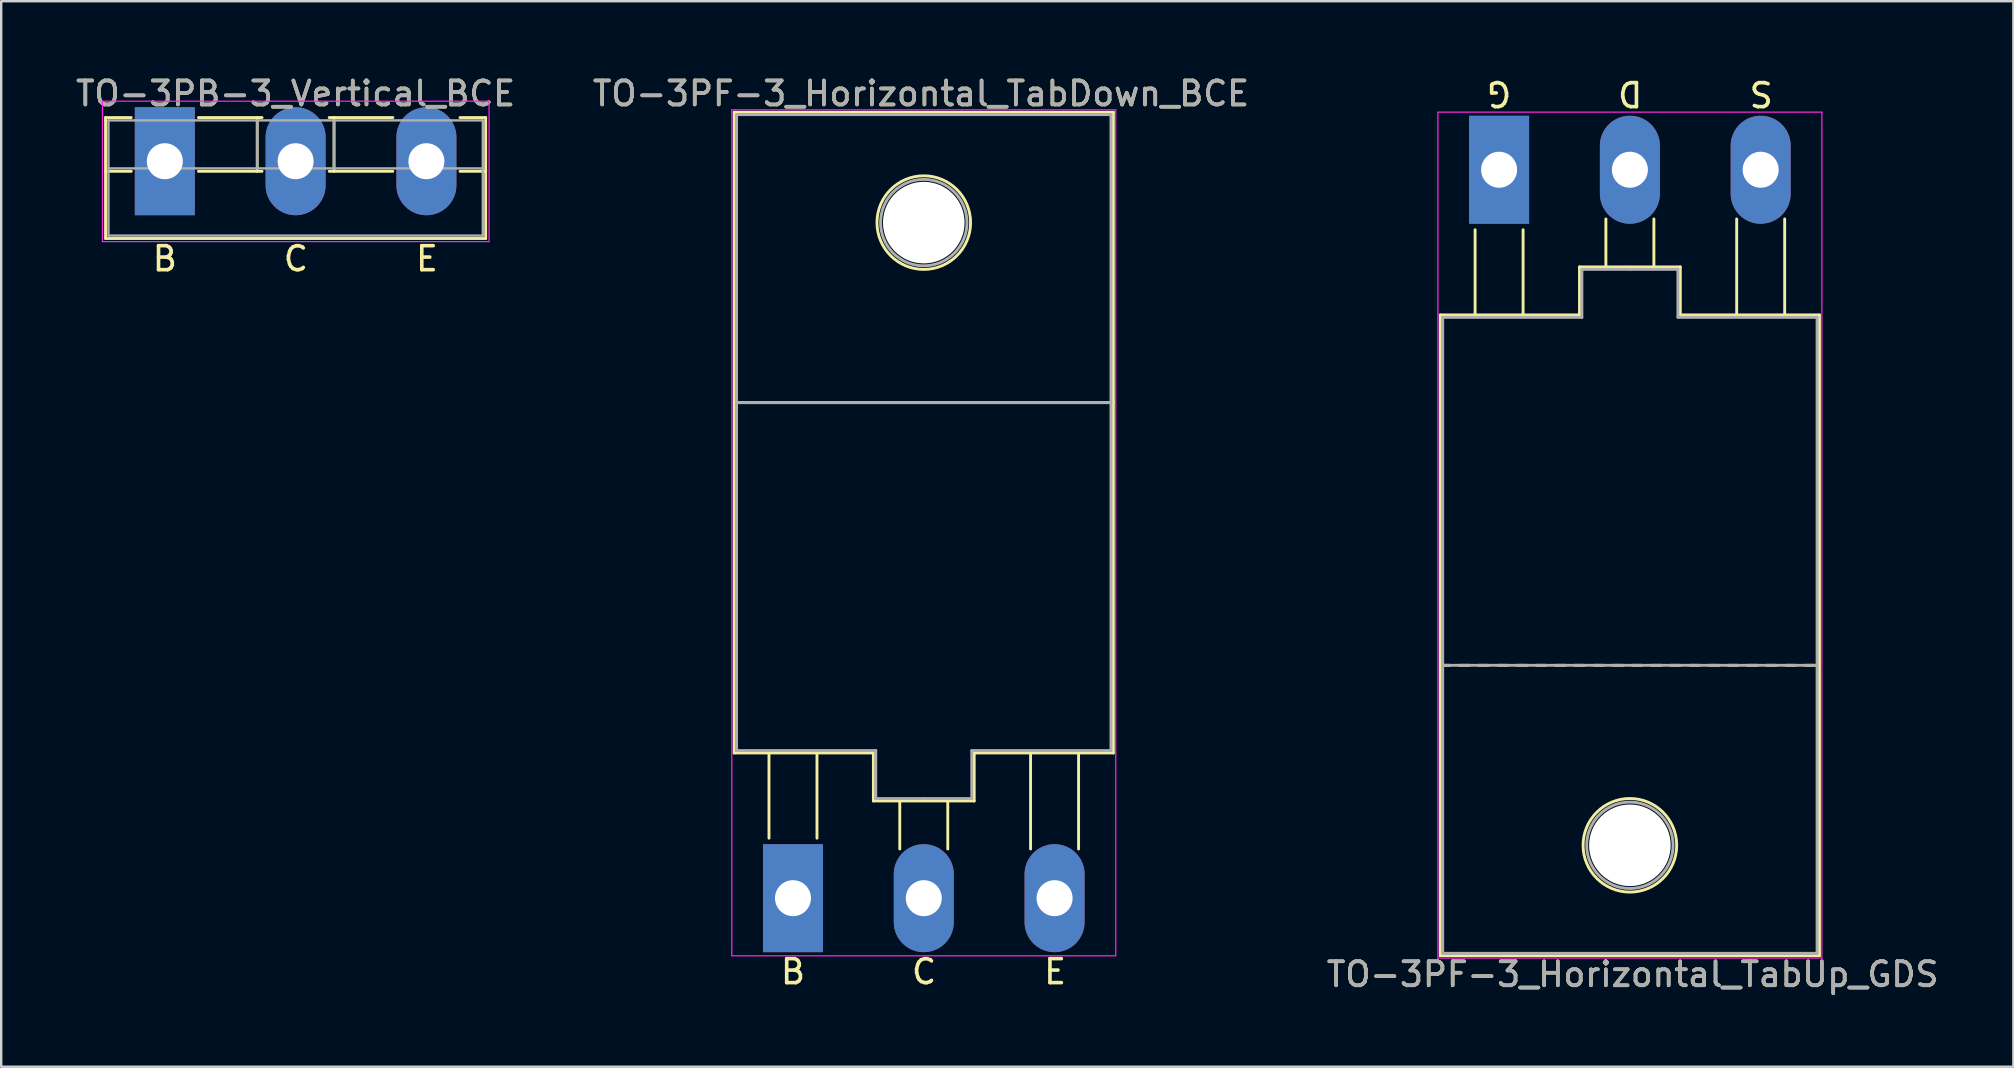
<source format=kicad_pcb>
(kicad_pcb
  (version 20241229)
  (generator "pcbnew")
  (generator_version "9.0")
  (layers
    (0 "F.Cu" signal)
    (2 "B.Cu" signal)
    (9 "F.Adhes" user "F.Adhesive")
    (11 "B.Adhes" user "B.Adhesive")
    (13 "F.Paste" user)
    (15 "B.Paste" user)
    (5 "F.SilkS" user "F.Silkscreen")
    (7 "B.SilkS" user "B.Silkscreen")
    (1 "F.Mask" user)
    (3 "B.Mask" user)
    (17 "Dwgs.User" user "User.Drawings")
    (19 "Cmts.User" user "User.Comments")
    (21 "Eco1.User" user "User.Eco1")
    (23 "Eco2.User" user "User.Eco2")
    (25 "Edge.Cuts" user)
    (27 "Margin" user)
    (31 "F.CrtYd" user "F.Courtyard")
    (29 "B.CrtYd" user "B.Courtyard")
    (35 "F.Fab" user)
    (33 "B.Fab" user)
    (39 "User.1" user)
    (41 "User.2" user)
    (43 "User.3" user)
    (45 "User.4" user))
  (footprint "TO-3PF-3_Horizontal_TabUp_GDS"
    (layer "F.Cu")
    (at 59.416 4.023)
    (property "Reference" "TO-3PF-3_Horizontal_TabUp_GDS" (at 5.566 33.528 180) (layer "F.SilkS") (effects (font (size 1 1) (thickness 0.15))))
    (fp_line (start -2.45 6.05) (end 3.35 6.05) (stroke (width 0.12) (type solid)) (layer "F.SilkS"))
    (fp_line (start -2.45 20.65) (end -2.05 20.65) (stroke (width 0.12) (type solid)) (layer "F.SilkS"))
    (fp_line (start -2.45 32.75) (end -2.45 6.05) (stroke (width 0.12) (type solid)) (layer "F.SilkS"))
    (fp_line (start -1.65 20.65) (end -1.25 20.65) (stroke (width 0.12) (type solid)) (layer "F.SilkS"))
    (fp_line (start -1 6) (end -1 2.5) (stroke (width 0.12) (type solid)) (layer "F.SilkS"))
    (fp_line (start -0.85 20.65) (end -0.45 20.65) (stroke (width 0.12) (type solid)) (layer "F.SilkS"))
    (fp_line (start -0.05 20.65) (end 0.35 20.65) (stroke (width 0.12) (type solid)) (layer "F.SilkS"))
    (fp_line (start 0.75 20.65) (end 1.15 20.65) (stroke (width 0.12) (type solid)) (layer "F.SilkS"))
    (fp_line (start 1 6) (end 1 2.5) (stroke (width 0.12) (type solid)) (layer "F.SilkS"))
    (fp_line (start 1.55 20.65) (end 1.95 20.65) (stroke (width 0.12) (type solid)) (layer "F.SilkS"))
    (fp_line (start 2.35 20.65) (end 2.75 20.65) (stroke (width 0.12) (type solid)) (layer "F.SilkS"))
    (fp_line (start 3.15 20.65) (end 3.55 20.65) (stroke (width 0.12) (type solid)) (layer "F.SilkS"))
    (fp_line (start 3.35 4.05) (end 7.55 4.05) (stroke (width 0.12) (type solid)) (layer "F.SilkS"))
    (fp_line (start 3.35 6.05) (end 3.35 4.05) (stroke (width 0.12) (type solid)) (layer "F.SilkS"))
    (fp_line (start 3.95 20.65) (end 4.35 20.65) (stroke (width 0.12) (type solid)) (layer "F.SilkS"))
    (fp_line (start 4.45 4.05) (end 4.45 2.05) (stroke (width 0.12) (type solid)) (layer "F.SilkS"))
    (fp_line (start 4.75 20.65) (end 5.15 20.65) (stroke (width 0.12) (type solid)) (layer "F.SilkS"))
    (fp_line (start 5.55 20.65) (end 5.95 20.65) (stroke (width 0.12) (type solid)) (layer "F.SilkS"))
    (fp_line (start 6.35 20.65) (end 6.75 20.65) (stroke (width 0.12) (type solid)) (layer "F.SilkS"))
    (fp_line (start 6.45 4.05) (end 6.45 2.05) (stroke (width 0.12) (type solid)) (layer "F.SilkS"))
    (fp_line (start 7.15 20.65) (end 7.55 20.65) (stroke (width 0.12) (type solid)) (layer "F.SilkS"))
    (fp_line (start 7.55 4.05) (end 7.55 6.05) (stroke (width 0.12) (type solid)) (layer "F.SilkS"))
    (fp_line (start 7.55 6.05) (end 13.35 6.05) (stroke (width 0.12) (type solid)) (layer "F.SilkS"))
    (fp_line (start 7.95 20.65) (end 8.35 20.65) (stroke (width 0.12) (type solid)) (layer "F.SilkS"))
    (fp_line (start 8.75 20.65) (end 9.15 20.65) (stroke (width 0.12) (type solid)) (layer "F.SilkS"))
    (fp_line (start 9.55 20.65) (end 9.95 20.65) (stroke (width 0.12) (type solid)) (layer "F.SilkS"))
    (fp_line (start 9.9 6) (end 9.9 2.05) (stroke (width 0.12) (type solid)) (layer "F.SilkS"))
    (fp_line (start 10.35 20.65) (end 10.75 20.65) (stroke (width 0.12) (type solid)) (layer "F.SilkS"))
    (fp_line (start 11.15 20.65) (end 11.55 20.65) (stroke (width 0.12) (type solid)) (layer "F.SilkS"))
    (fp_line (start 11.9 6) (end 11.9 2.05) (stroke (width 0.12) (type solid)) (layer "F.SilkS"))
    (fp_line (start 11.95 20.65) (end 12.35 20.65) (stroke (width 0.12) (type solid)) (layer "F.SilkS"))
    (fp_line (start 12.75 20.65) (end 13.15 20.65) (stroke (width 0.12) (type solid)) (layer "F.SilkS"))
    (fp_line (start 13.35 6.05) (end 13.35 32.75) (stroke (width 0.12) (type solid)) (layer "F.SilkS"))
    (fp_line (start 13.35 32.75) (end -2.45 32.75) (stroke (width 0.12) (type solid)) (layer "F.SilkS"))
    (fp_circle (center 5.45 28.15) (end 3.5 28.15) (stroke (width 0.12) (type solid)) (fill no) (layer "F.SilkS"))
    (fp_line (start -2.55 -2.4) (end -2.55 32.85) (stroke (width 0.05) (type solid)) (layer "F.CrtYd"))
    (fp_line (start -2.55 32.85) (end 13.45 32.85) (stroke (width 0.05) (type solid)) (layer "F.CrtYd"))
    (fp_line (start 13.45 -2.4) (end -2.55 -2.4) (stroke (width 0.05) (type solid)) (layer "F.CrtYd"))
    (fp_line (start 13.45 32.85) (end 13.45 -2.4) (stroke (width 0.05) (type solid)) (layer "F.CrtYd"))
    (fp_line (start -2.35 6.15) (end 3.45 6.15) (stroke (width 0.12) (type solid)) (layer "F.Fab"))
    (fp_line (start -2.35 32.65) (end -2.35 6.15) (stroke (width 0.12) (type solid)) (layer "F.Fab"))
    (fp_line (start 3.45 4.15) (end 3.45 6.15) (stroke (width 0.12) (type solid)) (layer "F.Fab"))
    (fp_line (start 5.45 4.15) (end 3.45 4.15) (stroke (width 0.12) (type solid)) (layer "F.Fab"))
    (fp_line (start 5.45 4.15) (end 7.45 4.15) (stroke (width 0.12) (type solid)) (layer "F.Fab"))
    (fp_line (start 7.45 4.15) (end 7.45 6.15) (stroke (width 0.12) (type solid)) (layer "F.Fab"))
    (fp_line (start 7.45 6.15) (end 13.25 6.15) (stroke (width 0.12) (type solid)) (layer "F.Fab"))
    (fp_line (start 13.25 6.15) (end 13.25 32.65) (stroke (width 0.12) (type solid)) (layer "F.Fab"))
    (fp_line (start 13.25 20.65) (end -2.35 20.65) (stroke (width 0.12) (type solid)) (layer "F.Fab"))
    (fp_line (start 13.25 32.65) (end -2.35 32.65) (stroke (width 0.12) (type solid)) (layer "F.Fab"))
    (fp_circle (center 5.45 28.15) (end 3.65 28.15) (stroke (width 0.12) (type solid)) (fill no) (layer "F.Fab"))
    (fp_text user "S" (at 10.922 -3.175 180) (unlocked yes) (layer "F.SilkS") (effects (font (size 1 1) (thickness 0.15))))
    (fp_text user "D" (at 5.461 -3.175 180) (unlocked yes) (layer "F.SilkS") (effects (font (size 1 1) (thickness 0.15))))
    (fp_text user "G" (at 0 -3.175 180) (unlocked yes) (layer "F.SilkS") (effects (font (size 1 1) (thickness 0.15))))
    (fp_text user "${REFERENCE}" (at 5.566 33.528 180) (layer "F.Fab") (effects (font (size 1 1) (thickness 0.15))))
    (pad "" np_thru_hole circle (at 5.45 28.15) (size 3.4 3.4) (drill 3.4) (layers "*.Cu" "*.Mask"))
    (pad "1" thru_hole rect (at 0 0) (size 2.5 4.5) (drill 1.5) (layers "*.Cu" "*.Mask"))
    (pad "2" thru_hole oval (at 5.45 0) (size 2.5 4.5) (drill 1.5) (layers "*.Cu" "*.Mask"))
    (pad "3" thru_hole oval (at 10.9 0) (size 2.5 4.5) (drill 1.5) (layers "*.Cu" "*.Mask")))
  (footprint "TO-3PB-3_Vertical_BCE"
    (layer "F.Cu")
    (at 3.818 3.668)
    (property "Reference" "TO-3PB-3_Vertical_BCE" (at 5.45 -2.82 0) (layer "F.SilkS") (effects (font (size 1 1) (thickness 0.15))))
    (fp_line (start -2.47 -1.82) (end -2.47 3.22) (stroke (width 0.12) (type solid)) (layer "F.SilkS"))
    (fp_line (start -2.47 -1.82) (end -1.4 -1.82) (stroke (width 0.12) (type solid)) (layer "F.SilkS"))
    (fp_line (start -2.47 0.421) (end -1.4 0.421) (stroke (width 0.12) (type solid)) (layer "F.SilkS"))
    (fp_line (start -2.47 3.22) (end 13.37 3.22) (stroke (width 0.12) (type solid)) (layer "F.SilkS"))
    (fp_line (start 1.4 -1.82) (end 4.051 -1.82) (stroke (width 0.12) (type solid)) (layer "F.SilkS"))
    (fp_line (start 1.4 0.421) (end 4.051 0.421) (stroke (width 0.12) (type solid)) (layer "F.SilkS"))
    (fp_line (start 3.85 -1.82) (end 3.85 0.421) (stroke (width 0.12) (type solid)) (layer "F.SilkS"))
    (fp_line (start 6.85 -1.82) (end 9.5 -1.82) (stroke (width 0.12) (type solid)) (layer "F.SilkS"))
    (fp_line (start 6.85 0.421) (end 9.5 0.421) (stroke (width 0.12) (type solid)) (layer "F.SilkS"))
    (fp_line (start 7.051 -1.82) (end 7.051 0.421) (stroke (width 0.12) (type solid)) (layer "F.SilkS"))
    (fp_line (start 12.3 -1.82) (end 13.37 -1.82) (stroke (width 0.12) (type solid)) (layer "F.SilkS"))
    (fp_line (start 12.3 0.421) (end 13.37 0.421) (stroke (width 0.12) (type solid)) (layer "F.SilkS"))
    (fp_line (start 13.37 -1.82) (end 13.37 3.22) (stroke (width 0.12) (type solid)) (layer "F.SilkS"))
    (fp_line (start -2.6 -2.5) (end -2.6 3.35) (stroke (width 0.05) (type solid)) (layer "F.CrtYd"))
    (fp_line (start -2.6 3.35) (end 13.51 3.35) (stroke (width 0.05) (type solid)) (layer "F.CrtYd"))
    (fp_line (start 13.51 -2.5) (end -2.6 -2.5) (stroke (width 0.05) (type solid)) (layer "F.CrtYd"))
    (fp_line (start 13.51 3.35) (end 13.51 -2.5) (stroke (width 0.05) (type solid)) (layer "F.CrtYd"))
    (fp_line (start -2.35 -1.7) (end -2.35 3.1) (stroke (width 0.1) (type solid)) (layer "F.Fab"))
    (fp_line (start -2.35 0.3) (end 13.25 0.3) (stroke (width 0.1) (type solid)) (layer "F.Fab"))
    (fp_line (start -2.35 3.1) (end 13.25 3.1) (stroke (width 0.1) (type solid)) (layer "F.Fab"))
    (fp_line (start 3.85 -1.7) (end 3.85 0.3) (stroke (width 0.1) (type solid)) (layer "F.Fab"))
    (fp_line (start 7.05 -1.7) (end 7.05 0.3) (stroke (width 0.1) (type solid)) (layer "F.Fab"))
    (fp_line (start 13.25 -1.7) (end -2.35 -1.7) (stroke (width 0.1) (type solid)) (layer "F.Fab"))
    (fp_line (start 13.25 3.1) (end 13.25 -1.7) (stroke (width 0.1) (type solid)) (layer "F.Fab"))
    (fp_text user "E" (at 10.922 4.064 0) (unlocked yes) (layer "F.SilkS") (effects (font (size 1 1) (thickness 0.15))))
    (fp_text user "C" (at 5.461 4.064 0) (unlocked yes) (layer "F.SilkS") (effects (font (size 1 1) (thickness 0.15))))
    (fp_text user "B" (at 0 4.064 0) (unlocked yes) (layer "F.SilkS") (effects (font (size 1 1) (thickness 0.15))))
    (fp_text user "${REFERENCE}" (at 5.45 -2.82 0) (layer "F.Fab") (effects (font (size 1 1) (thickness 0.15))))
    (pad "1" thru_hole rect (at 0 0) (size 2.5 4.5) (drill 1.5) (layers "*.Cu" "*.Mask"))
    (pad "2" thru_hole oval (at 5.45 0) (size 2.5 4.5) (drill 1.5) (layers "*.Cu" "*.Mask"))
    (pad "3" thru_hole oval (at 10.9 0) (size 2.5 4.5) (drill 1.5) (layers "*.Cu" "*.Mask")))
  (footprint "TO-3PF-3_Horizontal_TabDown_BCE"
    (layer "F.Cu")
    (at 29.993 34.376)
    (property "Reference" "TO-3PF-3_Horizontal_TabDown_BCE" (at 5.334 -33.528 0) (layer "F.SilkS") (effects (font (size 1 1) (thickness 0.15))))
    (fp_line (start -2.45 -32.75) (end 13.35 -32.75) (stroke (width 0.12) (type solid)) (layer "F.SilkS"))
    (fp_line (start -2.45 -6.05) (end -2.45 -32.75) (stroke (width 0.12) (type solid)) (layer "F.SilkS"))
    (fp_line (start -1 -6) (end -1 -2.5) (stroke (width 0.12) (type solid)) (layer "F.SilkS"))
    (fp_line (start 1 -6) (end 1 -2.5) (stroke (width 0.12) (type solid)) (layer "F.SilkS"))
    (fp_line (start 3.35 -6.05) (end -2.45 -6.05) (stroke (width 0.12) (type solid)) (layer "F.SilkS"))
    (fp_line (start 3.35 -4.05) (end 3.35 -6.05) (stroke (width 0.12) (type solid)) (layer "F.SilkS"))
    (fp_line (start 4.45 -4.05) (end 4.45 -2.05) (stroke (width 0.12) (type solid)) (layer "F.SilkS"))
    (fp_line (start 6.45 -4.05) (end 6.45 -2.05) (stroke (width 0.12) (type solid)) (layer "F.SilkS"))
    (fp_line (start 7.55 -6.05) (end 7.55 -4.05) (stroke (width 0.12) (type solid)) (layer "F.SilkS"))
    (fp_line (start 7.55 -4.05) (end 3.35 -4.05) (stroke (width 0.12) (type solid)) (layer "F.SilkS"))
    (fp_line (start 9.9 -6) (end 9.9 -2.05) (stroke (width 0.12) (type solid)) (layer "F.SilkS"))
    (fp_line (start 11.9 -6) (end 11.9 -2.05) (stroke (width 0.12) (type solid)) (layer "F.SilkS"))
    (fp_line (start 13.35 -32.75) (end 13.35 -6.05) (stroke (width 0.12) (type solid)) (layer "F.SilkS"))
    (fp_line (start 13.35 -20.65) (end -2.45 -20.65) (stroke (width 0.12) (type solid)) (layer "F.SilkS"))
    (fp_line (start 13.35 -6.05) (end 7.55 -6.05) (stroke (width 0.12) (type solid)) (layer "F.SilkS"))
    (fp_circle (center 5.45 -28.15) (end 7.4 -28.15) (stroke (width 0.12) (type solid)) (fill no) (layer "F.SilkS"))
    (fp_line (start -2.55 -32.85) (end -2.55 2.4) (stroke (width 0.05) (type solid)) (layer "F.CrtYd"))
    (fp_line (start -2.55 2.4) (end 13.45 2.4) (stroke (width 0.05) (type solid)) (layer "F.CrtYd"))
    (fp_line (start 13.45 -32.85) (end -2.55 -32.85) (stroke (width 0.05) (type solid)) (layer "F.CrtYd"))
    (fp_line (start 13.45 2.4) (end 13.45 -32.85) (stroke (width 0.05) (type solid)) (layer "F.CrtYd"))
    (fp_line (start -2.35 -32.65) (end 13.25 -32.65) (stroke (width 0.12) (type solid)) (layer "F.Fab"))
    (fp_line (start -2.35 -20.65) (end 13.25 -20.65) (stroke (width 0.12) (type solid)) (layer "F.Fab"))
    (fp_line (start -2.35 -6.15) (end -2.35 -32.65) (stroke (width 0.12) (type solid)) (layer "F.Fab"))
    (fp_line (start 3.45 -6.15) (end -2.35 -6.15) (stroke (width 0.12) (type solid)) (layer "F.Fab"))
    (fp_line (start 3.45 -4.15) (end 3.45 -6.15) (stroke (width 0.12) (type solid)) (layer "F.Fab"))
    (fp_line (start 5.45 -4.15) (end 3.45 -4.15) (stroke (width 0.12) (type solid)) (layer "F.Fab"))
    (fp_line (start 5.45 -4.15) (end 7.45 -4.15) (stroke (width 0.12) (type solid)) (layer "F.Fab"))
    (fp_line (start 7.45 -4.15) (end 7.45 -6.15) (stroke (width 0.12) (type solid)) (layer "F.Fab"))
    (fp_line (start 13.25 -32.65) (end 13.25 -6.15) (stroke (width 0.12) (type solid)) (layer "F.Fab"))
    (fp_line (start 13.25 -6.15) (end 7.45 -6.15) (stroke (width 0.12) (type solid)) (layer "F.Fab"))
    (fp_circle (center 5.45 -28.15) (end 7.25 -28.15) (stroke (width 0.12) (type solid)) (fill no) (layer "F.Fab"))
    (fp_text user "B" (at 0 3.064 0) (unlocked yes) (layer "F.SilkS") (effects (font (size 1 1) (thickness 0.15))))
    (fp_text user "C" (at 5.461 3.064 0) (unlocked yes) (layer "F.SilkS") (effects (font (size 1 1) (thickness 0.15))))
    (fp_text user "E" (at 10.922 3.064 0) (unlocked yes) (layer "F.SilkS") (effects (font (size 1 1) (thickness 0.15))))
    (fp_text user "${REFERENCE}" (at 5.334 -33.528 0) (layer "F.Fab") (effects (font (size 1 1) (thickness 0.15))))
    (pad "" np_thru_hole circle (at 5.45 -28.15) (size 3.4 3.4) (drill 3.4) (layers "*.Cu" "*.Mask"))
    (pad "1" thru_hole rect (at 0 0) (size 2.5 4.5) (drill 1.5) (layers "*.Cu" "*.Mask"))
    (pad "2" thru_hole oval (at 5.45 0) (size 2.5 4.5) (drill 1.5) (layers "*.Cu" "*.Mask"))
    (pad "3" thru_hole oval (at 10.9 0) (size 2.5 4.5) (drill 1.5) (layers "*.Cu" "*.Mask")))
  (gr_rect
    (start -3 -3)
    (end 80.845 41.4)
    (stroke (width 0.1) (type default))
    (fill no)
    (layer "Edge.Cuts")))
</source>
